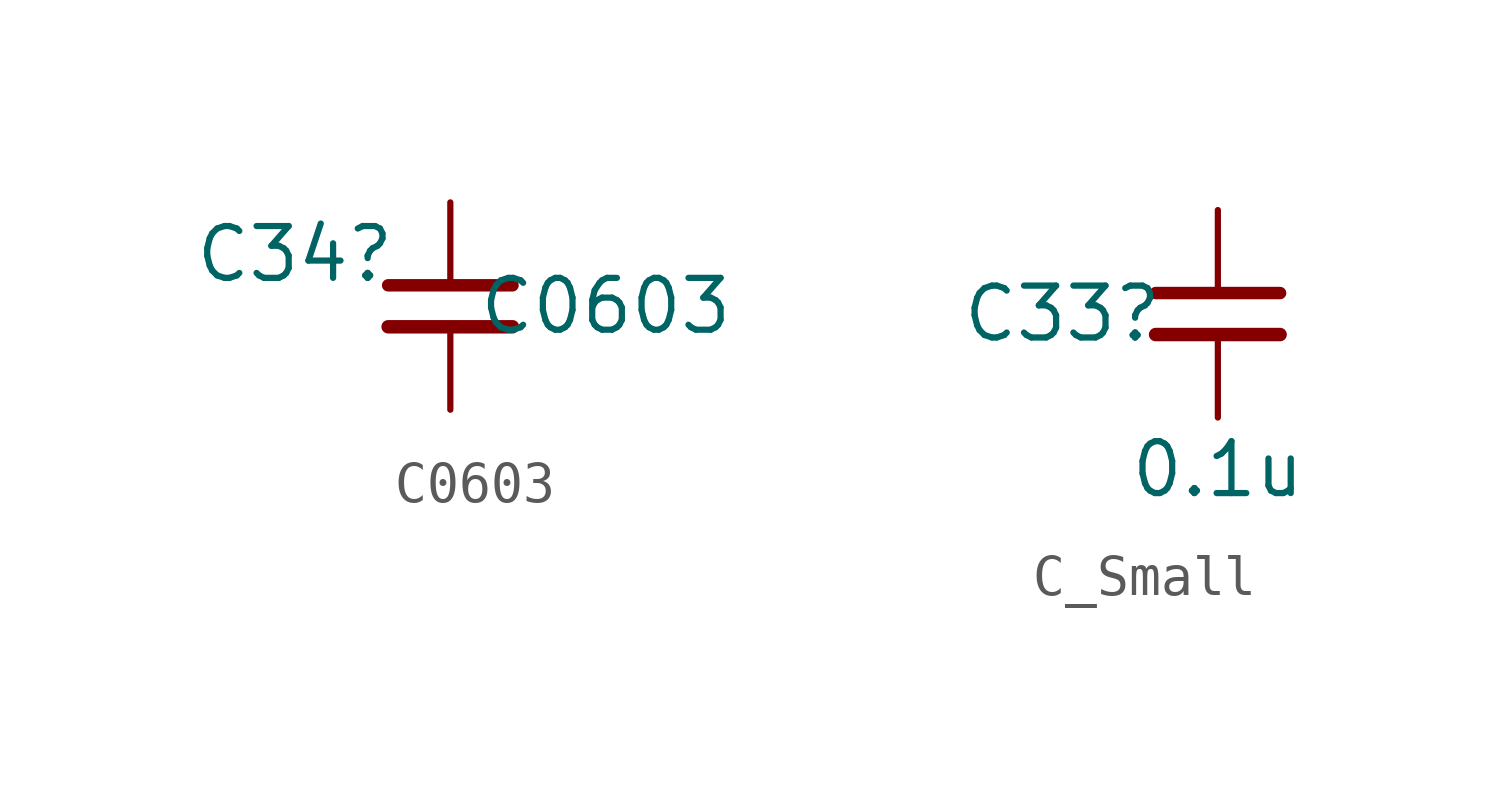
<source format=kicad_sym>
(kicad_symbol_lib
  (version 20211014)
  (generator kicad_symbol_editor)
  (symbol "C0603"
    (pin_numbers hide)
    (pin_names
      (offset 0.254) hide)
    (property "Reference" "C34"
      (at -3.81 1.27 0)
      (effects (font (size 1.27 1.27))))
    (property "Value" "C0603"
      (at 3.81 0 0)
      (effects (font (size 1.27 1.27))))
    (symbol "C0603_0_1"
      (polyline (pts (xy -1.524 -0.508) (xy 1.524 -0.508)) (stroke (width 0.33) (type default) (color 0 0 0 0)) (fill (type none)))
      (polyline (pts (xy -1.524 0.508) (xy 1.524 0.508)) (stroke (width 0.305) (type default) (color 0 0 0 0)) (fill (type none))))
    (symbol "C0603_1_1"
      (pin passive line (at 0 2.54 270) (length 2.032) (name "~" (effects (font (size 1.27 1.27)))) (number "1" (effects (font (size 1.27 1.27)))))
      (pin passive line (at 0 -2.54 90) (length 2.032) (name "~" (effects (font (size 1.27 1.27)))) (number "2" (effects (font (size 1.27 1.27)))))))
  (symbol "C_Small"
    (pin_numbers hide)
    (pin_names
      (offset 0.254) hide)
    (property "Reference" "C33"
      (at -3.81 0 0)
      (effects (font (size 1.27 1.27))))
    (property "Value" "0.1u"
      (at 0 -3.81 0)
      (effects (font (size 1.27 1.27))))
    (symbol "C_Small_0_1"
      (polyline (pts (xy -1.524 -0.508) (xy 1.524 -0.508)) (stroke (width 0.33) (type default) (color 0 0 0 0)) (fill (type none)))
      (polyline (pts (xy -1.524 0.508) (xy 1.524 0.508)) (stroke (width 0.305) (type default) (color 0 0 0 0)) (fill (type none))))
    (symbol "C_Small_1_1"
      (pin passive line (at 0 2.54 270) (length 2.032) (name "~" (effects (font (size 1.27 1.27)))) (number "1" (effects (font (size 1.27 1.27)))))
      (pin passive line (at 0 -2.54 90) (length 2.032) (name "~" (effects (font (size 1.27 1.27)))) (number "2" (effects (font (size 1.27 1.27))))))))
</source>
